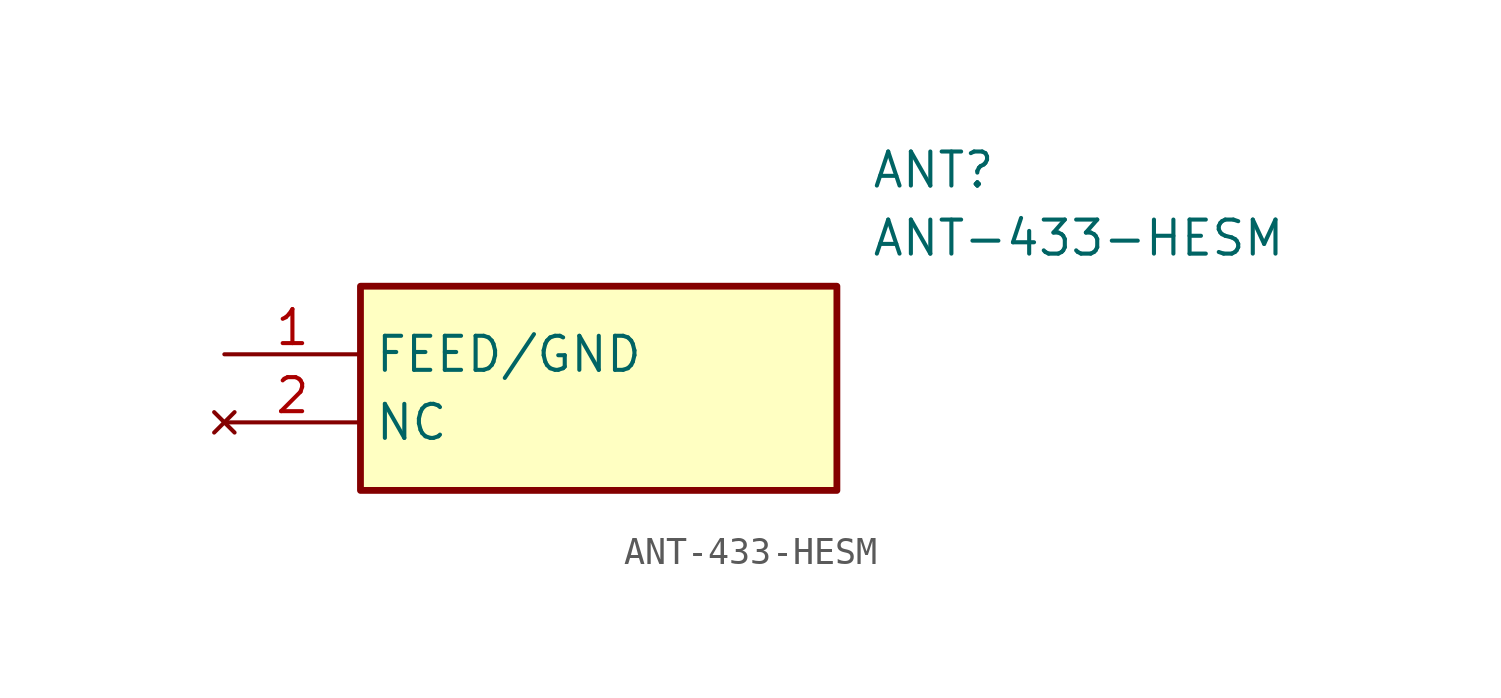
<source format=kicad_sym>
(kicad_symbol_lib
  (version 20241209)
  (generator "kicad_symbol_editor")
  (generator_version "9.0")
  (symbol "ANT-433-HESM"
    (property "Reference" "ANT"
      (at 24.13 7.62 0)
      (effects (font (size 1.27 1.27)) (justify left top)))
    (property "Value" "ANT-433-HESM"
      (at 24.13 5.08 0)
      (effects (font (size 1.27 1.27)) (justify left top)))
    (symbol "ANT-433-HESM_1_1"
      (rectangle (start 5.08 2.54) (end 22.86 -5.08) (stroke (width 0.254) (type default)) (fill (type background)))
      (pin passive line (at 0 0 0) (length 5.08) (name "FEED/GND" (effects (font (size 1.27 1.27)))) (number "1" (effects (font (size 1.27 1.27)))))
      (pin no_connect line (at 0 -2.54 0) (length 5.08) (name "NC" (effects (font (size 1.27 1.27)))) (number "2" (effects (font (size 1.27 1.27))))))))
</source>
